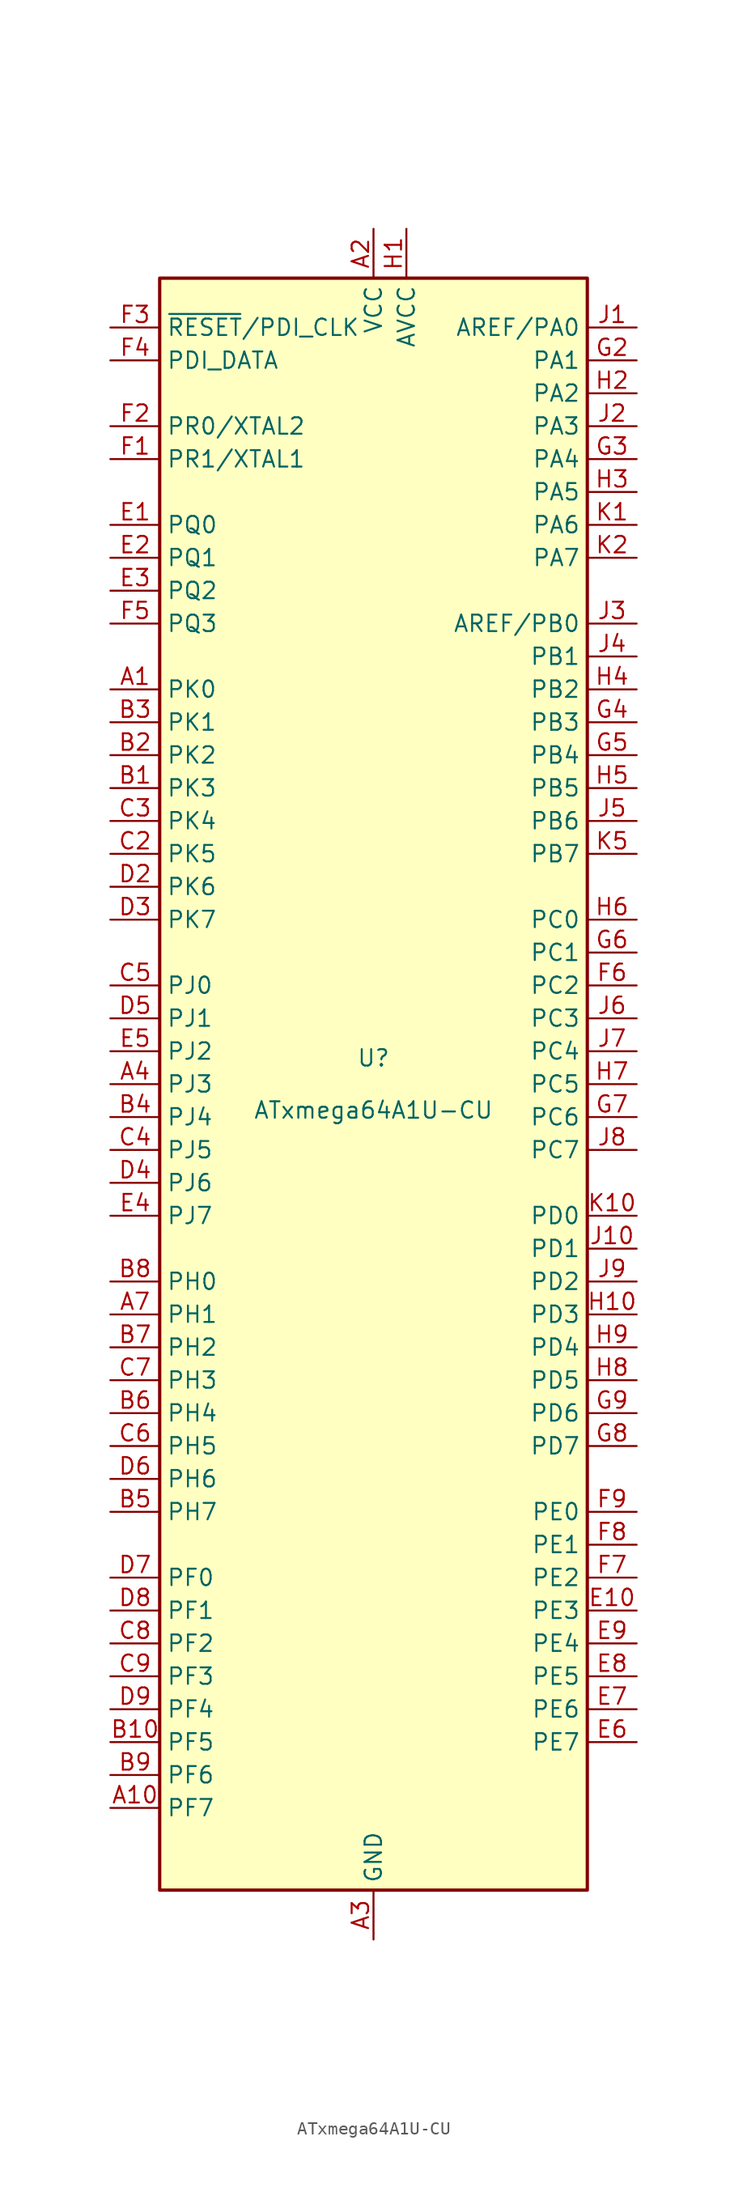
<source format=kicad_sym>
(kicad_symbol_lib
  (version 20211014)
  (generator kicad_symbol_editor)
  (symbol "ATxmega64A1U-CU"
    (property "Reference" "U"
      (at 0 1.27 0)
      (effects (font (size 1.27 1.27)) (justify bottom)))
    (property "Value" "ATxmega64A1U-CU"
      (at 0 -1.27 0)
      (effects (font (size 1.27 1.27)) (justify top)))
    (symbol "ATxmega64A1U-CU_0_1"
      (rectangle (start -16.51 -62.23) (end 16.51 62.23) (stroke (width 0.254) (type default) (color 0 0 0 0)) (fill (type background))))
    (symbol "ATxmega64A1U-CU_1_1"
      (pin bidirectional line (at -20.32 30.48 0) (length 3.81) (name "PK0" (effects (font (size 1.27 1.27)))) (number "A1" (effects (font (size 1.27 1.27)))))
      (pin bidirectional line (at -20.32 -55.88 0) (length 3.81) (name "PF7" (effects (font (size 1.27 1.27)))) (number "A10" (effects (font (size 1.27 1.27)))))
      (pin power_in line (at 0 66.04 270) (length 3.81) (name "VCC" (effects (font (size 1.27 1.27)))) (number "A2" (effects (font (size 1.27 1.27)))))
      (pin power_in line (at 0 -66.04 90) (length 3.81) (name "GND" (effects (font (size 1.27 1.27)))) (number "A3" (effects (font (size 1.27 1.27)))))
      (pin bidirectional line (at -20.32 0 0) (length 3.81) (name "PJ3" (effects (font (size 1.27 1.27)))) (number "A4" (effects (font (size 1.27 1.27)))))
      (pin passive line (at 0 66.04 270) (length 3.81) hide (name "VCC" (effects (font (size 1.27 1.27)))) (number "A5" (effects (font (size 1.27 1.27)))))
      (pin passive line (at 0 -66.04 90) (length 3.81) hide (name "GND" (effects (font (size 1.27 1.27)))) (number "A6" (effects (font (size 1.27 1.27)))))
      (pin bidirectional line (at -20.32 -17.78 0) (length 3.81) (name "PH1" (effects (font (size 1.27 1.27)))) (number "A7" (effects (font (size 1.27 1.27)))))
      (pin passive line (at 0 -66.04 90) (length 3.81) hide (name "GND" (effects (font (size 1.27 1.27)))) (number "A8" (effects (font (size 1.27 1.27)))))
      (pin passive line (at 0 66.04 270) (length 3.81) hide (name "VCC" (effects (font (size 1.27 1.27)))) (number "A9" (effects (font (size 1.27 1.27)))))
      (pin bidirectional line (at -20.32 22.86 0) (length 3.81) (name "PK3" (effects (font (size 1.27 1.27)))) (number "B1" (effects (font (size 1.27 1.27)))))
      (pin bidirectional line (at -20.32 -50.8 0) (length 3.81) (name "PF5" (effects (font (size 1.27 1.27)))) (number "B10" (effects (font (size 1.27 1.27)))))
      (pin bidirectional line (at -20.32 25.4 0) (length 3.81) (name "PK2" (effects (font (size 1.27 1.27)))) (number "B2" (effects (font (size 1.27 1.27)))))
      (pin bidirectional line (at -20.32 27.94 0) (length 3.81) (name "PK1" (effects (font (size 1.27 1.27)))) (number "B3" (effects (font (size 1.27 1.27)))))
      (pin bidirectional line (at -20.32 -2.54 0) (length 3.81) (name "PJ4" (effects (font (size 1.27 1.27)))) (number "B4" (effects (font (size 1.27 1.27)))))
      (pin bidirectional line (at -20.32 -33.02 0) (length 3.81) (name "PH7" (effects (font (size 1.27 1.27)))) (number "B5" (effects (font (size 1.27 1.27)))))
      (pin bidirectional line (at -20.32 -25.4 0) (length 3.81) (name "PH4" (effects (font (size 1.27 1.27)))) (number "B6" (effects (font (size 1.27 1.27)))))
      (pin bidirectional line (at -20.32 -20.32 0) (length 3.81) (name "PH2" (effects (font (size 1.27 1.27)))) (number "B7" (effects (font (size 1.27 1.27)))))
      (pin bidirectional line (at -20.32 -15.24 0) (length 3.81) (name "PH0" (effects (font (size 1.27 1.27)))) (number "B8" (effects (font (size 1.27 1.27)))))
      (pin bidirectional line (at -20.32 -53.34 0) (length 3.81) (name "PF6" (effects (font (size 1.27 1.27)))) (number "B9" (effects (font (size 1.27 1.27)))))
      (pin passive line (at 0 66.04 270) (length 3.81) hide (name "VCC" (effects (font (size 1.27 1.27)))) (number "C1" (effects (font (size 1.27 1.27)))))
      (pin passive line (at 0 66.04 270) (length 3.81) hide (name "VCC" (effects (font (size 1.27 1.27)))) (number "C10" (effects (font (size 1.27 1.27)))))
      (pin bidirectional line (at -20.32 17.78 0) (length 3.81) (name "PK5" (effects (font (size 1.27 1.27)))) (number "C2" (effects (font (size 1.27 1.27)))))
      (pin bidirectional line (at -20.32 20.32 0) (length 3.81) (name "PK4" (effects (font (size 1.27 1.27)))) (number "C3" (effects (font (size 1.27 1.27)))))
      (pin bidirectional line (at -20.32 -5.08 0) (length 3.81) (name "PJ5" (effects (font (size 1.27 1.27)))) (number "C4" (effects (font (size 1.27 1.27)))))
      (pin bidirectional line (at -20.32 7.62 0) (length 3.81) (name "PJ0" (effects (font (size 1.27 1.27)))) (number "C5" (effects (font (size 1.27 1.27)))))
      (pin bidirectional line (at -20.32 -27.94 0) (length 3.81) (name "PH5" (effects (font (size 1.27 1.27)))) (number "C6" (effects (font (size 1.27 1.27)))))
      (pin bidirectional line (at -20.32 -22.86 0) (length 3.81) (name "PH3" (effects (font (size 1.27 1.27)))) (number "C7" (effects (font (size 1.27 1.27)))))
      (pin bidirectional line (at -20.32 -43.18 0) (length 3.81) (name "PF2" (effects (font (size 1.27 1.27)))) (number "C8" (effects (font (size 1.27 1.27)))))
      (pin bidirectional line (at -20.32 -45.72 0) (length 3.81) (name "PF3" (effects (font (size 1.27 1.27)))) (number "C9" (effects (font (size 1.27 1.27)))))
      (pin passive line (at 0 -66.04 90) (length 3.81) hide (name "GND" (effects (font (size 1.27 1.27)))) (number "D1" (effects (font (size 1.27 1.27)))))
      (pin passive line (at 0 -66.04 90) (length 3.81) hide (name "GND" (effects (font (size 1.27 1.27)))) (number "D10" (effects (font (size 1.27 1.27)))))
      (pin bidirectional line (at -20.32 15.24 0) (length 3.81) (name "PK6" (effects (font (size 1.27 1.27)))) (number "D2" (effects (font (size 1.27 1.27)))))
      (pin bidirectional line (at -20.32 12.7 0) (length 3.81) (name "PK7" (effects (font (size 1.27 1.27)))) (number "D3" (effects (font (size 1.27 1.27)))))
      (pin bidirectional line (at -20.32 -7.62 0) (length 3.81) (name "PJ6" (effects (font (size 1.27 1.27)))) (number "D4" (effects (font (size 1.27 1.27)))))
      (pin bidirectional line (at -20.32 5.08 0) (length 3.81) (name "PJ1" (effects (font (size 1.27 1.27)))) (number "D5" (effects (font (size 1.27 1.27)))))
      (pin bidirectional line (at -20.32 -30.48 0) (length 3.81) (name "PH6" (effects (font (size 1.27 1.27)))) (number "D6" (effects (font (size 1.27 1.27)))))
      (pin bidirectional line (at -20.32 -38.1 0) (length 3.81) (name "PF0" (effects (font (size 1.27 1.27)))) (number "D7" (effects (font (size 1.27 1.27)))))
      (pin bidirectional line (at -20.32 -40.64 0) (length 3.81) (name "PF1" (effects (font (size 1.27 1.27)))) (number "D8" (effects (font (size 1.27 1.27)))))
      (pin bidirectional line (at -20.32 -48.26 0) (length 3.81) (name "PF4" (effects (font (size 1.27 1.27)))) (number "D9" (effects (font (size 1.27 1.27)))))
      (pin bidirectional line (at -20.32 43.18 0) (length 3.81) (name "PQ0" (effects (font (size 1.27 1.27)))) (number "E1" (effects (font (size 1.27 1.27)))))
      (pin bidirectional line (at 20.32 -40.64 180) (length 3.81) (name "PE3" (effects (font (size 1.27 1.27)))) (number "E10" (effects (font (size 1.27 1.27)))))
      (pin bidirectional line (at -20.32 40.64 0) (length 3.81) (name "PQ1" (effects (font (size 1.27 1.27)))) (number "E2" (effects (font (size 1.27 1.27)))))
      (pin bidirectional line (at -20.32 38.1 0) (length 3.81) (name "PQ2" (effects (font (size 1.27 1.27)))) (number "E3" (effects (font (size 1.27 1.27)))))
      (pin bidirectional line (at -20.32 -10.16 0) (length 3.81) (name "PJ7" (effects (font (size 1.27 1.27)))) (number "E4" (effects (font (size 1.27 1.27)))))
      (pin bidirectional line (at -20.32 2.54 0) (length 3.81) (name "PJ2" (effects (font (size 1.27 1.27)))) (number "E5" (effects (font (size 1.27 1.27)))))
      (pin bidirectional line (at 20.32 -50.8 180) (length 3.81) (name "PE7" (effects (font (size 1.27 1.27)))) (number "E6" (effects (font (size 1.27 1.27)))))
      (pin bidirectional line (at 20.32 -48.26 180) (length 3.81) (name "PE6" (effects (font (size 1.27 1.27)))) (number "E7" (effects (font (size 1.27 1.27)))))
      (pin bidirectional line (at 20.32 -45.72 180) (length 3.81) (name "PE5" (effects (font (size 1.27 1.27)))) (number "E8" (effects (font (size 1.27 1.27)))))
      (pin bidirectional line (at 20.32 -43.18 180) (length 3.81) (name "PE4" (effects (font (size 1.27 1.27)))) (number "E9" (effects (font (size 1.27 1.27)))))
      (pin bidirectional line (at -20.32 48.26 0) (length 3.81) (name "PR1/XTAL1" (effects (font (size 1.27 1.27)))) (number "F1" (effects (font (size 1.27 1.27)))))
      (pin passive line (at 0 66.04 270) (length 3.81) hide (name "VCC" (effects (font (size 1.27 1.27)))) (number "F10" (effects (font (size 1.27 1.27)))))
      (pin bidirectional line (at -20.32 50.8 0) (length 3.81) (name "PR0/XTAL2" (effects (font (size 1.27 1.27)))) (number "F2" (effects (font (size 1.27 1.27)))))
      (pin input line (at -20.32 58.42 0) (length 3.81) (name "~{RESET}/PDI_CLK" (effects (font (size 1.27 1.27)))) (number "F3" (effects (font (size 1.27 1.27)))))
      (pin bidirectional line (at -20.32 55.88 0) (length 3.81) (name "PDI_DATA" (effects (font (size 1.27 1.27)))) (number "F4" (effects (font (size 1.27 1.27)))))
      (pin bidirectional line (at -20.32 35.56 0) (length 3.81) (name "PQ3" (effects (font (size 1.27 1.27)))) (number "F5" (effects (font (size 1.27 1.27)))))
      (pin bidirectional line (at 20.32 7.62 180) (length 3.81) (name "PC2" (effects (font (size 1.27 1.27)))) (number "F6" (effects (font (size 1.27 1.27)))))
      (pin bidirectional line (at 20.32 -38.1 180) (length 3.81) (name "PE2" (effects (font (size 1.27 1.27)))) (number "F7" (effects (font (size 1.27 1.27)))))
      (pin bidirectional line (at 20.32 -35.56 180) (length 3.81) (name "PE1" (effects (font (size 1.27 1.27)))) (number "F8" (effects (font (size 1.27 1.27)))))
      (pin bidirectional line (at 20.32 -33.02 180) (length 3.81) (name "PE0" (effects (font (size 1.27 1.27)))) (number "F9" (effects (font (size 1.27 1.27)))))
      (pin passive line (at 0 -66.04 90) (length 3.81) hide (name "GND" (effects (font (size 1.27 1.27)))) (number "G1" (effects (font (size 1.27 1.27)))))
      (pin passive line (at 0 -66.04 90) (length 3.81) hide (name "GND" (effects (font (size 1.27 1.27)))) (number "G10" (effects (font (size 1.27 1.27)))))
      (pin bidirectional line (at 20.32 55.88 180) (length 3.81) (name "PA1" (effects (font (size 1.27 1.27)))) (number "G2" (effects (font (size 1.27 1.27)))))
      (pin bidirectional line (at 20.32 48.26 180) (length 3.81) (name "PA4" (effects (font (size 1.27 1.27)))) (number "G3" (effects (font (size 1.27 1.27)))))
      (pin bidirectional line (at 20.32 27.94 180) (length 3.81) (name "PB3" (effects (font (size 1.27 1.27)))) (number "G4" (effects (font (size 1.27 1.27)))))
      (pin bidirectional line (at 20.32 25.4 180) (length 3.81) (name "PB4" (effects (font (size 1.27 1.27)))) (number "G5" (effects (font (size 1.27 1.27)))))
      (pin bidirectional line (at 20.32 10.16 180) (length 3.81) (name "PC1" (effects (font (size 1.27 1.27)))) (number "G6" (effects (font (size 1.27 1.27)))))
      (pin bidirectional line (at 20.32 -2.54 180) (length 3.81) (name "PC6" (effects (font (size 1.27 1.27)))) (number "G7" (effects (font (size 1.27 1.27)))))
      (pin bidirectional line (at 20.32 -27.94 180) (length 3.81) (name "PD7" (effects (font (size 1.27 1.27)))) (number "G8" (effects (font (size 1.27 1.27)))))
      (pin bidirectional line (at 20.32 -25.4 180) (length 3.81) (name "PD6" (effects (font (size 1.27 1.27)))) (number "G9" (effects (font (size 1.27 1.27)))))
      (pin power_in line (at 2.54 66.04 270) (length 3.81) (name "AVCC" (effects (font (size 1.27 1.27)))) (number "H1" (effects (font (size 1.27 1.27)))))
      (pin bidirectional line (at 20.32 -17.78 180) (length 3.81) (name "PD3" (effects (font (size 1.27 1.27)))) (number "H10" (effects (font (size 1.27 1.27)))))
      (pin bidirectional line (at 20.32 53.34 180) (length 3.81) (name "PA2" (effects (font (size 1.27 1.27)))) (number "H2" (effects (font (size 1.27 1.27)))))
      (pin bidirectional line (at 20.32 45.72 180) (length 3.81) (name "PA5" (effects (font (size 1.27 1.27)))) (number "H3" (effects (font (size 1.27 1.27)))))
      (pin bidirectional line (at 20.32 30.48 180) (length 3.81) (name "PB2" (effects (font (size 1.27 1.27)))) (number "H4" (effects (font (size 1.27 1.27)))))
      (pin bidirectional line (at 20.32 22.86 180) (length 3.81) (name "PB5" (effects (font (size 1.27 1.27)))) (number "H5" (effects (font (size 1.27 1.27)))))
      (pin bidirectional line (at 20.32 12.7 180) (length 3.81) (name "PC0" (effects (font (size 1.27 1.27)))) (number "H6" (effects (font (size 1.27 1.27)))))
      (pin bidirectional line (at 20.32 0 180) (length 3.81) (name "PC5" (effects (font (size 1.27 1.27)))) (number "H7" (effects (font (size 1.27 1.27)))))
      (pin bidirectional line (at 20.32 -22.86 180) (length 3.81) (name "PD5" (effects (font (size 1.27 1.27)))) (number "H8" (effects (font (size 1.27 1.27)))))
      (pin bidirectional line (at 20.32 -20.32 180) (length 3.81) (name "PD4" (effects (font (size 1.27 1.27)))) (number "H9" (effects (font (size 1.27 1.27)))))
      (pin bidirectional line (at 20.32 58.42 180) (length 3.81) (name "AREF/PA0" (effects (font (size 1.27 1.27)))) (number "J1" (effects (font (size 1.27 1.27)))))
      (pin bidirectional line (at 20.32 -12.7 180) (length 3.81) (name "PD1" (effects (font (size 1.27 1.27)))) (number "J10" (effects (font (size 1.27 1.27)))))
      (pin bidirectional line (at 20.32 50.8 180) (length 3.81) (name "PA3" (effects (font (size 1.27 1.27)))) (number "J2" (effects (font (size 1.27 1.27)))))
      (pin bidirectional line (at 20.32 35.56 180) (length 3.81) (name "AREF/PB0" (effects (font (size 1.27 1.27)))) (number "J3" (effects (font (size 1.27 1.27)))))
      (pin bidirectional line (at 20.32 33.02 180) (length 3.81) (name "PB1" (effects (font (size 1.27 1.27)))) (number "J4" (effects (font (size 1.27 1.27)))))
      (pin bidirectional line (at 20.32 20.32 180) (length 3.81) (name "PB6" (effects (font (size 1.27 1.27)))) (number "J5" (effects (font (size 1.27 1.27)))))
      (pin bidirectional line (at 20.32 5.08 180) (length 3.81) (name "PC3" (effects (font (size 1.27 1.27)))) (number "J6" (effects (font (size 1.27 1.27)))))
      (pin bidirectional line (at 20.32 2.54 180) (length 3.81) (name "PC4" (effects (font (size 1.27 1.27)))) (number "J7" (effects (font (size 1.27 1.27)))))
      (pin bidirectional line (at 20.32 -5.08 180) (length 3.81) (name "PC7" (effects (font (size 1.27 1.27)))) (number "J8" (effects (font (size 1.27 1.27)))))
      (pin bidirectional line (at 20.32 -15.24 180) (length 3.81) (name "PD2" (effects (font (size 1.27 1.27)))) (number "J9" (effects (font (size 1.27 1.27)))))
      (pin bidirectional line (at 20.32 43.18 180) (length 3.81) (name "PA6" (effects (font (size 1.27 1.27)))) (number "K1" (effects (font (size 1.27 1.27)))))
      (pin bidirectional line (at 20.32 -10.16 180) (length 3.81) (name "PD0" (effects (font (size 1.27 1.27)))) (number "K10" (effects (font (size 1.27 1.27)))))
      (pin bidirectional line (at 20.32 40.64 180) (length 3.81) (name "PA7" (effects (font (size 1.27 1.27)))) (number "K2" (effects (font (size 1.27 1.27)))))
      (pin passive line (at 0 -66.04 90) (length 3.81) hide (name "GND" (effects (font (size 1.27 1.27)))) (number "K3" (effects (font (size 1.27 1.27)))))
      (pin passive line (at 2.54 66.04 270) (length 3.81) hide (name "AVCC" (effects (font (size 1.27 1.27)))) (number "K4" (effects (font (size 1.27 1.27)))))
      (pin bidirectional line (at 20.32 17.78 180) (length 3.81) (name "PB7" (effects (font (size 1.27 1.27)))) (number "K5" (effects (font (size 1.27 1.27)))))
      (pin passive line (at 0 66.04 270) (length 3.81) hide (name "VCC" (effects (font (size 1.27 1.27)))) (number "K6" (effects (font (size 1.27 1.27)))))
      (pin passive line (at 0 -66.04 90) (length 3.81) hide (name "GND" (effects (font (size 1.27 1.27)))) (number "K7" (effects (font (size 1.27 1.27)))))
      (pin passive line (at 0 66.04 270) (length 3.81) hide (name "VCC" (effects (font (size 1.27 1.27)))) (number "K8" (effects (font (size 1.27 1.27)))))
      (pin passive line (at 0 -66.04 90) (length 3.81) hide (name "GND" (effects (font (size 1.27 1.27)))) (number "K9" (effects (font (size 1.27 1.27))))))))
</source>
